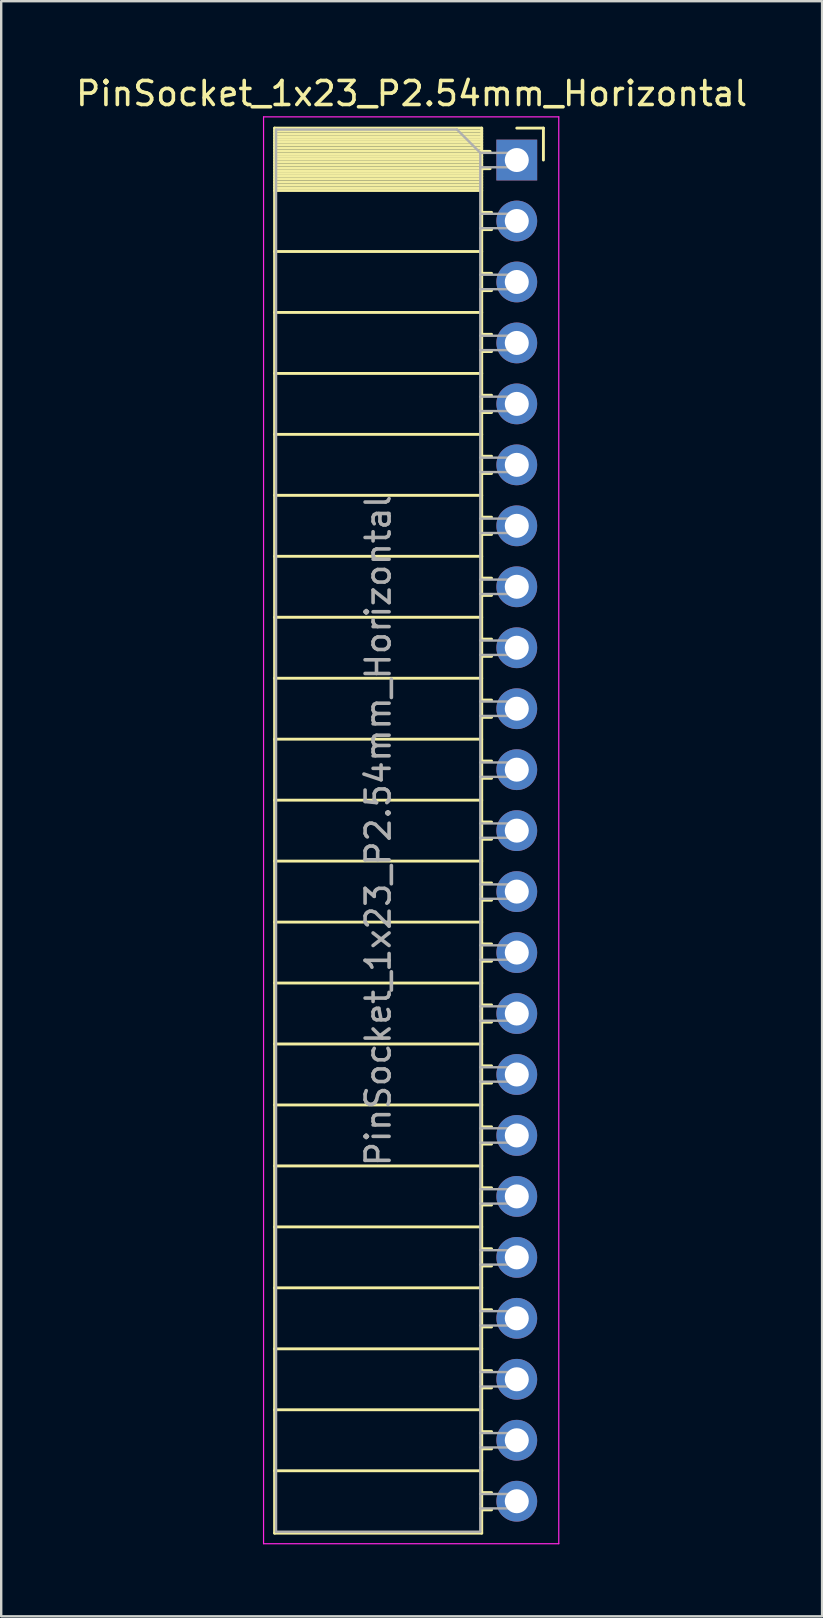
<source format=kicad_pcb>
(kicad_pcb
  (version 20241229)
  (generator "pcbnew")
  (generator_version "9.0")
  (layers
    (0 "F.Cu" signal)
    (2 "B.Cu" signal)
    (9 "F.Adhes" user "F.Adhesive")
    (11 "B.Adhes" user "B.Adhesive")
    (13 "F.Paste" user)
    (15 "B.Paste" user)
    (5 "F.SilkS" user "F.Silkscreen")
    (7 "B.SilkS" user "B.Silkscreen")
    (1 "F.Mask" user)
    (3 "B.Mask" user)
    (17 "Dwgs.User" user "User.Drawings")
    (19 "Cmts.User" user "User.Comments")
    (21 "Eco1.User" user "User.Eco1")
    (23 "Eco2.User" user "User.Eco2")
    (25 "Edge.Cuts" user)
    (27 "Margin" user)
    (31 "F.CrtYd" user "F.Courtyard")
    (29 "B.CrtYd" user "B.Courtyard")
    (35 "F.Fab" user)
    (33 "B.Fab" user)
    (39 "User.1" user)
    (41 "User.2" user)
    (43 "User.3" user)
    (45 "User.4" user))
  (footprint "PinSocket_1x23_P2.54mm_Horizontal"
    (layer "F.Cu")
    (at 18.481 3.618)
    (property "Reference" "PinSocket_1x23_P2.54mm_Horizontal" (at -4.38 -2.77 0) (layer "F.SilkS") (effects (font (size 1 1) (thickness 0.15))))
    (attr through_hole)
    (fp_line (start -10.09 -1.33) (end -10.09 57.21) (stroke (width 0.12) (type solid)) (layer "F.SilkS"))
    (fp_line (start -10.09 -1.33) (end -1.46 -1.33) (stroke (width 0.12) (type solid)) (layer "F.SilkS"))
    (fp_line (start -10.09 -1.21) (end -1.46 -1.21) (stroke (width 0.12) (type solid)) (layer "F.SilkS"))
    (fp_line (start -10.09 -1.092) (end -1.46 -1.092) (stroke (width 0.12) (type solid)) (layer "F.SilkS"))
    (fp_line (start -10.09 -0.974) (end -1.46 -0.974) (stroke (width 0.12) (type solid)) (layer "F.SilkS"))
    (fp_line (start -10.09 -0.856) (end -1.46 -0.856) (stroke (width 0.12) (type solid)) (layer "F.SilkS"))
    (fp_line (start -10.09 -0.738) (end -1.46 -0.738) (stroke (width 0.12) (type solid)) (layer "F.SilkS"))
    (fp_line (start -10.09 -0.62) (end -1.46 -0.62) (stroke (width 0.12) (type solid)) (layer "F.SilkS"))
    (fp_line (start -10.09 -0.501) (end -1.46 -0.501) (stroke (width 0.12) (type solid)) (layer "F.SilkS"))
    (fp_line (start -10.09 -0.383) (end -1.46 -0.383) (stroke (width 0.12) (type solid)) (layer "F.SilkS"))
    (fp_line (start -10.09 -0.265) (end -1.46 -0.265) (stroke (width 0.12) (type solid)) (layer "F.SilkS"))
    (fp_line (start -10.09 -0.147) (end -1.46 -0.147) (stroke (width 0.12) (type solid)) (layer "F.SilkS"))
    (fp_line (start -10.09 -0.029) (end -1.46 -0.029) (stroke (width 0.12) (type solid)) (layer "F.SilkS"))
    (fp_line (start -10.09 0.089) (end -1.46 0.089) (stroke (width 0.12) (type solid)) (layer "F.SilkS"))
    (fp_line (start -10.09 0.207) (end -1.46 0.207) (stroke (width 0.12) (type solid)) (layer "F.SilkS"))
    (fp_line (start -10.09 0.325) (end -1.46 0.325) (stroke (width 0.12) (type solid)) (layer "F.SilkS"))
    (fp_line (start -10.09 0.443) (end -1.46 0.443) (stroke (width 0.12) (type solid)) (layer "F.SilkS"))
    (fp_line (start -10.09 0.561) (end -1.46 0.561) (stroke (width 0.12) (type solid)) (layer "F.SilkS"))
    (fp_line (start -10.09 0.68) (end -1.46 0.68) (stroke (width 0.12) (type solid)) (layer "F.SilkS"))
    (fp_line (start -10.09 0.798) (end -1.46 0.798) (stroke (width 0.12) (type solid)) (layer "F.SilkS"))
    (fp_line (start -10.09 0.916) (end -1.46 0.916) (stroke (width 0.12) (type solid)) (layer "F.SilkS"))
    (fp_line (start -10.09 1.034) (end -1.46 1.034) (stroke (width 0.12) (type solid)) (layer "F.SilkS"))
    (fp_line (start -10.09 1.152) (end -1.46 1.152) (stroke (width 0.12) (type solid)) (layer "F.SilkS"))
    (fp_line (start -10.09 1.27) (end -1.46 1.27) (stroke (width 0.12) (type solid)) (layer "F.SilkS"))
    (fp_line (start -10.09 3.81) (end -1.46 3.81) (stroke (width 0.12) (type solid)) (layer "F.SilkS"))
    (fp_line (start -10.09 6.35) (end -1.46 6.35) (stroke (width 0.12) (type solid)) (layer "F.SilkS"))
    (fp_line (start -10.09 8.89) (end -1.46 8.89) (stroke (width 0.12) (type solid)) (layer "F.SilkS"))
    (fp_line (start -10.09 11.43) (end -1.46 11.43) (stroke (width 0.12) (type solid)) (layer "F.SilkS"))
    (fp_line (start -10.09 13.97) (end -1.46 13.97) (stroke (width 0.12) (type solid)) (layer "F.SilkS"))
    (fp_line (start -10.09 16.51) (end -1.46 16.51) (stroke (width 0.12) (type solid)) (layer "F.SilkS"))
    (fp_line (start -10.09 19.05) (end -1.46 19.05) (stroke (width 0.12) (type solid)) (layer "F.SilkS"))
    (fp_line (start -10.09 21.59) (end -1.46 21.59) (stroke (width 0.12) (type solid)) (layer "F.SilkS"))
    (fp_line (start -10.09 24.13) (end -1.46 24.13) (stroke (width 0.12) (type solid)) (layer "F.SilkS"))
    (fp_line (start -10.09 26.67) (end -1.46 26.67) (stroke (width 0.12) (type solid)) (layer "F.SilkS"))
    (fp_line (start -10.09 29.21) (end -1.46 29.21) (stroke (width 0.12) (type solid)) (layer "F.SilkS"))
    (fp_line (start -10.09 31.75) (end -1.46 31.75) (stroke (width 0.12) (type solid)) (layer "F.SilkS"))
    (fp_line (start -10.09 34.29) (end -1.46 34.29) (stroke (width 0.12) (type solid)) (layer "F.SilkS"))
    (fp_line (start -10.09 36.83) (end -1.46 36.83) (stroke (width 0.12) (type solid)) (layer "F.SilkS"))
    (fp_line (start -10.09 39.37) (end -1.46 39.37) (stroke (width 0.12) (type solid)) (layer "F.SilkS"))
    (fp_line (start -10.09 41.91) (end -1.46 41.91) (stroke (width 0.12) (type solid)) (layer "F.SilkS"))
    (fp_line (start -10.09 44.45) (end -1.46 44.45) (stroke (width 0.12) (type solid)) (layer "F.SilkS"))
    (fp_line (start -10.09 46.99) (end -1.46 46.99) (stroke (width 0.12) (type solid)) (layer "F.SilkS"))
    (fp_line (start -10.09 49.53) (end -1.46 49.53) (stroke (width 0.12) (type solid)) (layer "F.SilkS"))
    (fp_line (start -10.09 52.07) (end -1.46 52.07) (stroke (width 0.12) (type solid)) (layer "F.SilkS"))
    (fp_line (start -10.09 54.61) (end -1.46 54.61) (stroke (width 0.12) (type solid)) (layer "F.SilkS"))
    (fp_line (start -10.09 57.21) (end -1.46 57.21) (stroke (width 0.12) (type solid)) (layer "F.SilkS"))
    (fp_line (start -1.46 -1.33) (end -1.46 57.21) (stroke (width 0.12) (type solid)) (layer "F.SilkS"))
    (fp_line (start -1.46 -0.36) (end -1.11 -0.36) (stroke (width 0.12) (type solid)) (layer "F.SilkS"))
    (fp_line (start -1.46 0.36) (end -1.11 0.36) (stroke (width 0.12) (type solid)) (layer "F.SilkS"))
    (fp_line (start -1.46 2.18) (end -1.05 2.18) (stroke (width 0.12) (type solid)) (layer "F.SilkS"))
    (fp_line (start -1.46 2.9) (end -1.05 2.9) (stroke (width 0.12) (type solid)) (layer "F.SilkS"))
    (fp_line (start -1.46 4.72) (end -1.05 4.72) (stroke (width 0.12) (type solid)) (layer "F.SilkS"))
    (fp_line (start -1.46 5.44) (end -1.05 5.44) (stroke (width 0.12) (type solid)) (layer "F.SilkS"))
    (fp_line (start -1.46 7.26) (end -1.05 7.26) (stroke (width 0.12) (type solid)) (layer "F.SilkS"))
    (fp_line (start -1.46 7.98) (end -1.05 7.98) (stroke (width 0.12) (type solid)) (layer "F.SilkS"))
    (fp_line (start -1.46 9.8) (end -1.05 9.8) (stroke (width 0.12) (type solid)) (layer "F.SilkS"))
    (fp_line (start -1.46 10.52) (end -1.05 10.52) (stroke (width 0.12) (type solid)) (layer "F.SilkS"))
    (fp_line (start -1.46 12.34) (end -1.05 12.34) (stroke (width 0.12) (type solid)) (layer "F.SilkS"))
    (fp_line (start -1.46 13.06) (end -1.05 13.06) (stroke (width 0.12) (type solid)) (layer "F.SilkS"))
    (fp_line (start -1.46 14.88) (end -1.05 14.88) (stroke (width 0.12) (type solid)) (layer "F.SilkS"))
    (fp_line (start -1.46 15.6) (end -1.05 15.6) (stroke (width 0.12) (type solid)) (layer "F.SilkS"))
    (fp_line (start -1.46 17.42) (end -1.05 17.42) (stroke (width 0.12) (type solid)) (layer "F.SilkS"))
    (fp_line (start -1.46 18.14) (end -1.05 18.14) (stroke (width 0.12) (type solid)) (layer "F.SilkS"))
    (fp_line (start -1.46 19.96) (end -1.05 19.96) (stroke (width 0.12) (type solid)) (layer "F.SilkS"))
    (fp_line (start -1.46 20.68) (end -1.05 20.68) (stroke (width 0.12) (type solid)) (layer "F.SilkS"))
    (fp_line (start -1.46 22.5) (end -1.05 22.5) (stroke (width 0.12) (type solid)) (layer "F.SilkS"))
    (fp_line (start -1.46 23.22) (end -1.05 23.22) (stroke (width 0.12) (type solid)) (layer "F.SilkS"))
    (fp_line (start -1.46 25.04) (end -1.05 25.04) (stroke (width 0.12) (type solid)) (layer "F.SilkS"))
    (fp_line (start -1.46 25.76) (end -1.05 25.76) (stroke (width 0.12) (type solid)) (layer "F.SilkS"))
    (fp_line (start -1.46 27.58) (end -1.05 27.58) (stroke (width 0.12) (type solid)) (layer "F.SilkS"))
    (fp_line (start -1.46 28.3) (end -1.05 28.3) (stroke (width 0.12) (type solid)) (layer "F.SilkS"))
    (fp_line (start -1.46 30.12) (end -1.05 30.12) (stroke (width 0.12) (type solid)) (layer "F.SilkS"))
    (fp_line (start -1.46 30.84) (end -1.05 30.84) (stroke (width 0.12) (type solid)) (layer "F.SilkS"))
    (fp_line (start -1.46 32.66) (end -1.05 32.66) (stroke (width 0.12) (type solid)) (layer "F.SilkS"))
    (fp_line (start -1.46 33.38) (end -1.05 33.38) (stroke (width 0.12) (type solid)) (layer "F.SilkS"))
    (fp_line (start -1.46 35.2) (end -1.05 35.2) (stroke (width 0.12) (type solid)) (layer "F.SilkS"))
    (fp_line (start -1.46 35.92) (end -1.05 35.92) (stroke (width 0.12) (type solid)) (layer "F.SilkS"))
    (fp_line (start -1.46 37.74) (end -1.05 37.74) (stroke (width 0.12) (type solid)) (layer "F.SilkS"))
    (fp_line (start -1.46 38.46) (end -1.05 38.46) (stroke (width 0.12) (type solid)) (layer "F.SilkS"))
    (fp_line (start -1.46 40.28) (end -1.05 40.28) (stroke (width 0.12) (type solid)) (layer "F.SilkS"))
    (fp_line (start -1.46 41) (end -1.05 41) (stroke (width 0.12) (type solid)) (layer "F.SilkS"))
    (fp_line (start -1.46 42.82) (end -1.05 42.82) (stroke (width 0.12) (type solid)) (layer "F.SilkS"))
    (fp_line (start -1.46 43.54) (end -1.05 43.54) (stroke (width 0.12) (type solid)) (layer "F.SilkS"))
    (fp_line (start -1.46 45.36) (end -1.05 45.36) (stroke (width 0.12) (type solid)) (layer "F.SilkS"))
    (fp_line (start -1.46 46.08) (end -1.05 46.08) (stroke (width 0.12) (type solid)) (layer "F.SilkS"))
    (fp_line (start -1.46 47.9) (end -1.05 47.9) (stroke (width 0.12) (type solid)) (layer "F.SilkS"))
    (fp_line (start -1.46 48.62) (end -1.05 48.62) (stroke (width 0.12) (type solid)) (layer "F.SilkS"))
    (fp_line (start -1.46 50.44) (end -1.05 50.44) (stroke (width 0.12) (type solid)) (layer "F.SilkS"))
    (fp_line (start -1.46 51.16) (end -1.05 51.16) (stroke (width 0.12) (type solid)) (layer "F.SilkS"))
    (fp_line (start -1.46 52.98) (end -1.05 52.98) (stroke (width 0.12) (type solid)) (layer "F.SilkS"))
    (fp_line (start -1.46 53.7) (end -1.05 53.7) (stroke (width 0.12) (type solid)) (layer "F.SilkS"))
    (fp_line (start -1.46 55.52) (end -1.05 55.52) (stroke (width 0.12) (type solid)) (layer "F.SilkS"))
    (fp_line (start -1.46 56.24) (end -1.05 56.24) (stroke (width 0.12) (type solid)) (layer "F.SilkS"))
    (fp_line (start 0 -1.33) (end 1.11 -1.33) (stroke (width 0.12) (type solid)) (layer "F.SilkS"))
    (fp_line (start 1.11 -1.33) (end 1.11 0) (stroke (width 0.12) (type solid)) (layer "F.SilkS"))
    (fp_line (start -10.55 -1.8) (end -10.55 57.65) (stroke (width 0.05) (type solid)) (layer "F.CrtYd"))
    (fp_line (start -10.55 57.65) (end 1.75 57.65) (stroke (width 0.05) (type solid)) (layer "F.CrtYd"))
    (fp_line (start 1.75 -1.8) (end -10.55 -1.8) (stroke (width 0.05) (type solid)) (layer "F.CrtYd"))
    (fp_line (start 1.75 57.65) (end 1.75 -1.8) (stroke (width 0.05) (type solid)) (layer "F.CrtYd"))
    (fp_line (start -10.03 -1.27) (end -2.49 -1.27) (stroke (width 0.1) (type solid)) (layer "F.Fab"))
    (fp_line (start -10.03 57.15) (end -10.03 -1.27) (stroke (width 0.1) (type solid)) (layer "F.Fab"))
    (fp_line (start -2.49 -1.27) (end -1.52 -0.3) (stroke (width 0.1) (type solid)) (layer "F.Fab"))
    (fp_line (start -1.52 -0.3) (end -1.52 57.15) (stroke (width 0.1) (type solid)) (layer "F.Fab"))
    (fp_line (start -1.52 0.3) (end 0 0.3) (stroke (width 0.1) (type solid)) (layer "F.Fab"))
    (fp_line (start -1.52 2.84) (end 0 2.84) (stroke (width 0.1) (type solid)) (layer "F.Fab"))
    (fp_line (start -1.52 5.38) (end 0 5.38) (stroke (width 0.1) (type solid)) (layer "F.Fab"))
    (fp_line (start -1.52 7.92) (end 0 7.92) (stroke (width 0.1) (type solid)) (layer "F.Fab"))
    (fp_line (start -1.52 10.46) (end 0 10.46) (stroke (width 0.1) (type solid)) (layer "F.Fab"))
    (fp_line (start -1.52 13) (end 0 13) (stroke (width 0.1) (type solid)) (layer "F.Fab"))
    (fp_line (start -1.52 15.54) (end 0 15.54) (stroke (width 0.1) (type solid)) (layer "F.Fab"))
    (fp_line (start -1.52 18.08) (end 0 18.08) (stroke (width 0.1) (type solid)) (layer "F.Fab"))
    (fp_line (start -1.52 20.62) (end 0 20.62) (stroke (width 0.1) (type solid)) (layer "F.Fab"))
    (fp_line (start -1.52 23.16) (end 0 23.16) (stroke (width 0.1) (type solid)) (layer "F.Fab"))
    (fp_line (start -1.52 25.7) (end 0 25.7) (stroke (width 0.1) (type solid)) (layer "F.Fab"))
    (fp_line (start -1.52 28.24) (end 0 28.24) (stroke (width 0.1) (type solid)) (layer "F.Fab"))
    (fp_line (start -1.52 30.78) (end 0 30.78) (stroke (width 0.1) (type solid)) (layer "F.Fab"))
    (fp_line (start -1.52 33.32) (end 0 33.32) (stroke (width 0.1) (type solid)) (layer "F.Fab"))
    (fp_line (start -1.52 35.86) (end 0 35.86) (stroke (width 0.1) (type solid)) (layer "F.Fab"))
    (fp_line (start -1.52 38.4) (end 0 38.4) (stroke (width 0.1) (type solid)) (layer "F.Fab"))
    (fp_line (start -1.52 40.94) (end 0 40.94) (stroke (width 0.1) (type solid)) (layer "F.Fab"))
    (fp_line (start -1.52 43.48) (end 0 43.48) (stroke (width 0.1) (type solid)) (layer "F.Fab"))
    (fp_line (start -1.52 46.02) (end 0 46.02) (stroke (width 0.1) (type solid)) (layer "F.Fab"))
    (fp_line (start -1.52 48.56) (end 0 48.56) (stroke (width 0.1) (type solid)) (layer "F.Fab"))
    (fp_line (start -1.52 51.1) (end 0 51.1) (stroke (width 0.1) (type solid)) (layer "F.Fab"))
    (fp_line (start -1.52 53.64) (end 0 53.64) (stroke (width 0.1) (type solid)) (layer "F.Fab"))
    (fp_line (start -1.52 56.18) (end 0 56.18) (stroke (width 0.1) (type solid)) (layer "F.Fab"))
    (fp_line (start -1.52 57.15) (end -10.03 57.15) (stroke (width 0.1) (type solid)) (layer "F.Fab"))
    (fp_line (start 0 -0.3) (end -1.52 -0.3) (stroke (width 0.1) (type solid)) (layer "F.Fab"))
    (fp_line (start 0 0.3) (end 0 -0.3) (stroke (width 0.1) (type solid)) (layer "F.Fab"))
    (fp_line (start 0 2.24) (end -1.52 2.24) (stroke (width 0.1) (type solid)) (layer "F.Fab"))
    (fp_line (start 0 2.84) (end 0 2.24) (stroke (width 0.1) (type solid)) (layer "F.Fab"))
    (fp_line (start 0 4.78) (end -1.52 4.78) (stroke (width 0.1) (type solid)) (layer "F.Fab"))
    (fp_line (start 0 5.38) (end 0 4.78) (stroke (width 0.1) (type solid)) (layer "F.Fab"))
    (fp_line (start 0 7.32) (end -1.52 7.32) (stroke (width 0.1) (type solid)) (layer "F.Fab"))
    (fp_line (start 0 7.92) (end 0 7.32) (stroke (width 0.1) (type solid)) (layer "F.Fab"))
    (fp_line (start 0 9.86) (end -1.52 9.86) (stroke (width 0.1) (type solid)) (layer "F.Fab"))
    (fp_line (start 0 10.46) (end 0 9.86) (stroke (width 0.1) (type solid)) (layer "F.Fab"))
    (fp_line (start 0 12.4) (end -1.52 12.4) (stroke (width 0.1) (type solid)) (layer "F.Fab"))
    (fp_line (start 0 13) (end 0 12.4) (stroke (width 0.1) (type solid)) (layer "F.Fab"))
    (fp_line (start 0 14.94) (end -1.52 14.94) (stroke (width 0.1) (type solid)) (layer "F.Fab"))
    (fp_line (start 0 15.54) (end 0 14.94) (stroke (width 0.1) (type solid)) (layer "F.Fab"))
    (fp_line (start 0 17.48) (end -1.52 17.48) (stroke (width 0.1) (type solid)) (layer "F.Fab"))
    (fp_line (start 0 18.08) (end 0 17.48) (stroke (width 0.1) (type solid)) (layer "F.Fab"))
    (fp_line (start 0 20.02) (end -1.52 20.02) (stroke (width 0.1) (type solid)) (layer "F.Fab"))
    (fp_line (start 0 20.62) (end 0 20.02) (stroke (width 0.1) (type solid)) (layer "F.Fab"))
    (fp_line (start 0 22.56) (end -1.52 22.56) (stroke (width 0.1) (type solid)) (layer "F.Fab"))
    (fp_line (start 0 23.16) (end 0 22.56) (stroke (width 0.1) (type solid)) (layer "F.Fab"))
    (fp_line (start 0 25.1) (end -1.52 25.1) (stroke (width 0.1) (type solid)) (layer "F.Fab"))
    (fp_line (start 0 25.7) (end 0 25.1) (stroke (width 0.1) (type solid)) (layer "F.Fab"))
    (fp_line (start 0 27.64) (end -1.52 27.64) (stroke (width 0.1) (type solid)) (layer "F.Fab"))
    (fp_line (start 0 28.24) (end 0 27.64) (stroke (width 0.1) (type solid)) (layer "F.Fab"))
    (fp_line (start 0 30.18) (end -1.52 30.18) (stroke (width 0.1) (type solid)) (layer "F.Fab"))
    (fp_line (start 0 30.78) (end 0 30.18) (stroke (width 0.1) (type solid)) (layer "F.Fab"))
    (fp_line (start 0 32.72) (end -1.52 32.72) (stroke (width 0.1) (type solid)) (layer "F.Fab"))
    (fp_line (start 0 33.32) (end 0 32.72) (stroke (width 0.1) (type solid)) (layer "F.Fab"))
    (fp_line (start 0 35.26) (end -1.52 35.26) (stroke (width 0.1) (type solid)) (layer "F.Fab"))
    (fp_line (start 0 35.86) (end 0 35.26) (stroke (width 0.1) (type solid)) (layer "F.Fab"))
    (fp_line (start 0 37.8) (end -1.52 37.8) (stroke (width 0.1) (type solid)) (layer "F.Fab"))
    (fp_line (start 0 38.4) (end 0 37.8) (stroke (width 0.1) (type solid)) (layer "F.Fab"))
    (fp_line (start 0 40.34) (end -1.52 40.34) (stroke (width 0.1) (type solid)) (layer "F.Fab"))
    (fp_line (start 0 40.94) (end 0 40.34) (stroke (width 0.1) (type solid)) (layer "F.Fab"))
    (fp_line (start 0 42.88) (end -1.52 42.88) (stroke (width 0.1) (type solid)) (layer "F.Fab"))
    (fp_line (start 0 43.48) (end 0 42.88) (stroke (width 0.1) (type solid)) (layer "F.Fab"))
    (fp_line (start 0 45.42) (end -1.52 45.42) (stroke (width 0.1) (type solid)) (layer "F.Fab"))
    (fp_line (start 0 46.02) (end 0 45.42) (stroke (width 0.1) (type solid)) (layer "F.Fab"))
    (fp_line (start 0 47.96) (end -1.52 47.96) (stroke (width 0.1) (type solid)) (layer "F.Fab"))
    (fp_line (start 0 48.56) (end 0 47.96) (stroke (width 0.1) (type solid)) (layer "F.Fab"))
    (fp_line (start 0 50.5) (end -1.52 50.5) (stroke (width 0.1) (type solid)) (layer "F.Fab"))
    (fp_line (start 0 51.1) (end 0 50.5) (stroke (width 0.1) (type solid)) (layer "F.Fab"))
    (fp_line (start 0 53.04) (end -1.52 53.04) (stroke (width 0.1) (type solid)) (layer "F.Fab"))
    (fp_line (start 0 53.64) (end 0 53.04) (stroke (width 0.1) (type solid)) (layer "F.Fab"))
    (fp_line (start 0 55.58) (end -1.52 55.58) (stroke (width 0.1) (type solid)) (layer "F.Fab"))
    (fp_line (start 0 56.18) (end 0 55.58) (stroke (width 0.1) (type solid)) (layer "F.Fab"))
    (fp_text user "${REFERENCE}" (at -5.775 27.94 90) (layer "F.Fab") (effects (font (size 1 1) (thickness 0.15))))
    (pad "1" thru_hole rect (at 0 0) (size 1.7 1.7) (drill 1) (layers "*.Cu" "*.Mask"))
    (pad "2" thru_hole oval (at 0 2.54) (size 1.7 1.7) (drill 1) (layers "*.Cu" "*.Mask"))
    (pad "3" thru_hole oval (at 0 5.08) (size 1.7 1.7) (drill 1) (layers "*.Cu" "*.Mask"))
    (pad "4" thru_hole oval (at 0 7.62) (size 1.7 1.7) (drill 1) (layers "*.Cu" "*.Mask"))
    (pad "5" thru_hole oval (at 0 10.16) (size 1.7 1.7) (drill 1) (layers "*.Cu" "*.Mask"))
    (pad "6" thru_hole oval (at 0 12.7) (size 1.7 1.7) (drill 1) (layers "*.Cu" "*.Mask"))
    (pad "7" thru_hole oval (at 0 15.24) (size 1.7 1.7) (drill 1) (layers "*.Cu" "*.Mask"))
    (pad "8" thru_hole oval (at 0 17.78) (size 1.7 1.7) (drill 1) (layers "*.Cu" "*.Mask"))
    (pad "9" thru_hole oval (at 0 20.32) (size 1.7 1.7) (drill 1) (layers "*.Cu" "*.Mask"))
    (pad "10" thru_hole oval (at 0 22.86) (size 1.7 1.7) (drill 1) (layers "*.Cu" "*.Mask"))
    (pad "11" thru_hole oval (at 0 25.4) (size 1.7 1.7) (drill 1) (layers "*.Cu" "*.Mask"))
    (pad "12" thru_hole oval (at 0 27.94) (size 1.7 1.7) (drill 1) (layers "*.Cu" "*.Mask"))
    (pad "13" thru_hole oval (at 0 30.48) (size 1.7 1.7) (drill 1) (layers "*.Cu" "*.Mask"))
    (pad "14" thru_hole oval (at 0 33.02) (size 1.7 1.7) (drill 1) (layers "*.Cu" "*.Mask"))
    (pad "15" thru_hole oval (at 0 35.56) (size 1.7 1.7) (drill 1) (layers "*.Cu" "*.Mask"))
    (pad "16" thru_hole oval (at 0 38.1) (size 1.7 1.7) (drill 1) (layers "*.Cu" "*.Mask"))
    (pad "17" thru_hole oval (at 0 40.64) (size 1.7 1.7) (drill 1) (layers "*.Cu" "*.Mask"))
    (pad "18" thru_hole oval (at 0 43.18) (size 1.7 1.7) (drill 1) (layers "*.Cu" "*.Mask"))
    (pad "19" thru_hole oval (at 0 45.72) (size 1.7 1.7) (drill 1) (layers "*.Cu" "*.Mask"))
    (pad "20" thru_hole oval (at 0 48.26) (size 1.7 1.7) (drill 1) (layers "*.Cu" "*.Mask"))
    (pad "21" thru_hole oval (at 0 50.8) (size 1.7 1.7) (drill 1) (layers "*.Cu" "*.Mask"))
    (pad "22" thru_hole oval (at 0 53.34) (size 1.7 1.7) (drill 1) (layers "*.Cu" "*.Mask"))
    (pad "23" thru_hole oval (at 0 55.88) (size 1.7 1.7) (drill 1) (layers "*.Cu" "*.Mask")))
  (gr_rect
    (start -3 -3)
    (end 31.202 64.293)
    (stroke (width 0.1) (type default))
    (fill no)
    (layer "Edge.Cuts")))
</source>
